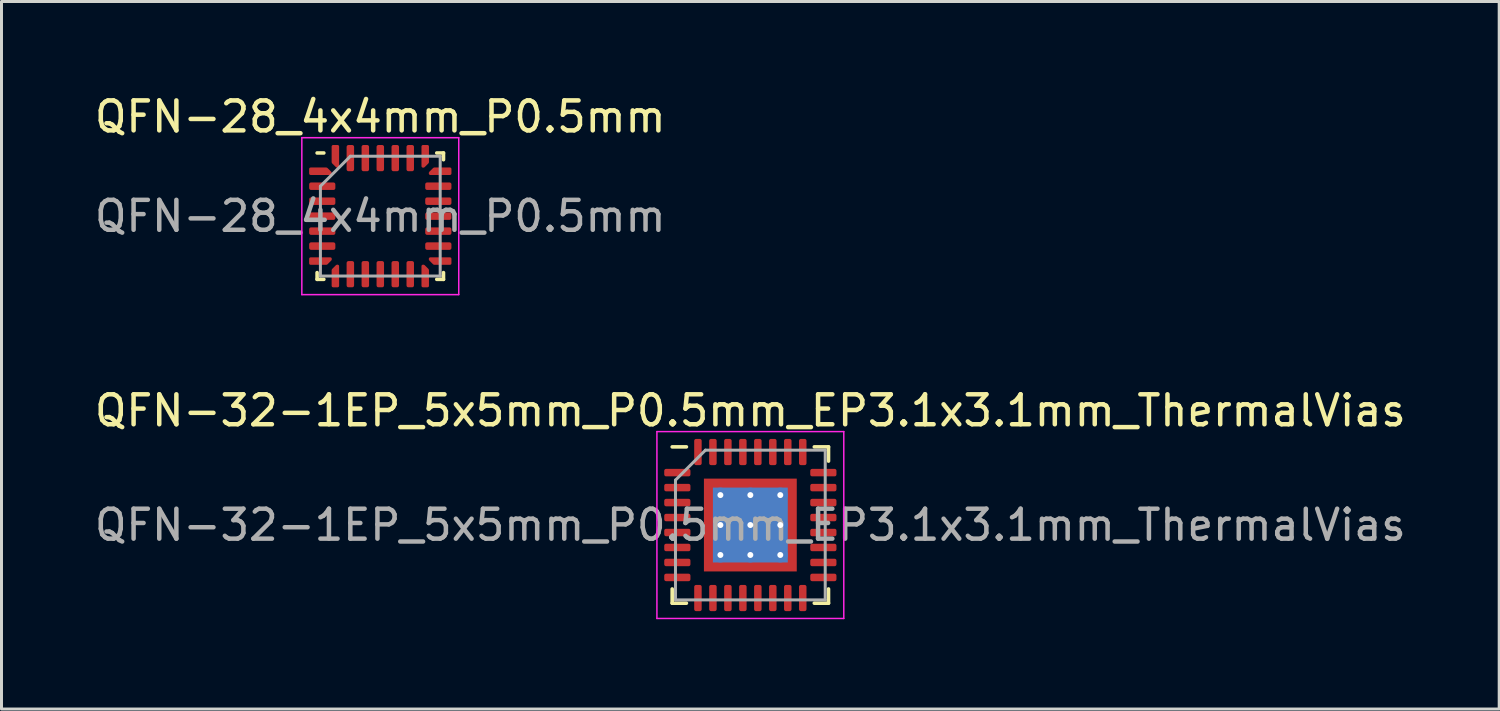
<source format=kicad_pcb>
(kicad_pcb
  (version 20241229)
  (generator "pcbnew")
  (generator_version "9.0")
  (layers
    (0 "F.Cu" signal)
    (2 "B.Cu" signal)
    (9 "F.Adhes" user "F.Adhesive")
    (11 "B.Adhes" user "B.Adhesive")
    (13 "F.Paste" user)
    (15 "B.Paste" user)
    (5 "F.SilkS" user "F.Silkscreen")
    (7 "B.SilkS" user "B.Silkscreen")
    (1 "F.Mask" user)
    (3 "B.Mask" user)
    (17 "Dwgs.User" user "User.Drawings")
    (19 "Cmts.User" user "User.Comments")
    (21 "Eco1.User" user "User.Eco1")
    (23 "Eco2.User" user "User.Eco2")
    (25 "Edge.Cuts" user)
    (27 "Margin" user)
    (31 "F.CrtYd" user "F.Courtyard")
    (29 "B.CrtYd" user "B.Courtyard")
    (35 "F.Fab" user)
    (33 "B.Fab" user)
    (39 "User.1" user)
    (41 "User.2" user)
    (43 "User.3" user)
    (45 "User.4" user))
  (footprint "QFN-32-1EP_5x5mm_P0.5mm_EP3.1x3.1mm_ThermalVias"
    (layer "F.Cu")
    (at 22.006 14.482)
    (property "Reference" "QFN-32-1EP_5x5mm_P0.5mm_EP3.1x3.1mm_ThermalVias" (at 0 -3.82 0) (layer "F.SilkS") (effects (font (size 1 1) (thickness 0.15))))
    (attr smd)
    (fp_line (start -2.61 2.61) (end -2.61 2.135) (stroke (width 0.12) (type solid)) (layer "F.SilkS"))
    (fp_line (start -2.135 -2.61) (end -2.61 -2.61) (stroke (width 0.12) (type solid)) (layer "F.SilkS"))
    (fp_line (start -2.135 2.61) (end -2.61 2.61) (stroke (width 0.12) (type solid)) (layer "F.SilkS"))
    (fp_line (start 2.135 -2.61) (end 2.61 -2.61) (stroke (width 0.12) (type solid)) (layer "F.SilkS"))
    (fp_line (start 2.135 2.61) (end 2.61 2.61) (stroke (width 0.12) (type solid)) (layer "F.SilkS"))
    (fp_line (start 2.61 -2.61) (end 2.61 -2.135) (stroke (width 0.12) (type solid)) (layer "F.SilkS"))
    (fp_line (start 2.61 2.61) (end 2.61 2.135) (stroke (width 0.12) (type solid)) (layer "F.SilkS"))
    (fp_line (start -3.12 -3.12) (end -3.12 3.12) (stroke (width 0.05) (type solid)) (layer "F.CrtYd"))
    (fp_line (start -3.12 3.12) (end 3.12 3.12) (stroke (width 0.05) (type solid)) (layer "F.CrtYd"))
    (fp_line (start 3.12 -3.12) (end -3.12 -3.12) (stroke (width 0.05) (type solid)) (layer "F.CrtYd"))
    (fp_line (start 3.12 3.12) (end 3.12 -3.12) (stroke (width 0.05) (type solid)) (layer "F.CrtYd"))
    (fp_line (start -2.5 -1.5) (end -1.5 -2.5) (stroke (width 0.1) (type solid)) (layer "F.Fab"))
    (fp_line (start -2.5 2.5) (end -2.5 -1.5) (stroke (width 0.1) (type solid)) (layer "F.Fab"))
    (fp_line (start -1.5 -2.5) (end 2.5 -2.5) (stroke (width 0.1) (type solid)) (layer "F.Fab"))
    (fp_line (start 2.5 -2.5) (end 2.5 2.5) (stroke (width 0.1) (type solid)) (layer "F.Fab"))
    (fp_line (start 2.5 2.5) (end -2.5 2.5) (stroke (width 0.1) (type solid)) (layer "F.Fab"))
    (fp_text user "${REFERENCE}" (at 0 0 0) (layer "F.Fab") (effects (font (size 1 1) (thickness 0.15))))
    (pad "" smd custom (at -1.275 -1.275) (size 0.319 0.319) (layers "F.Paste") (options (anchor circle)) (primitives (gr_poly (pts (xy -0.111 -0.111) (xy 0.111 -0.111) (xy 0.111 -0.000473) (xy -0.000473 0.111) (xy -0.111 0.111)) (width 0.222) (fill yes))))
    (pad "" smd custom (at -1.275 -0.5) (size 0.35 0.35) (layers "F.Paste") (options (anchor circle)) (primitives (gr_poly (pts (xy -0.128 -0.309) (xy 0.05 -0.309) (xy 0.128 -0.232) (xy 0.128 0.232) (xy 0.05 0.309) (xy -0.128 0.309)) (width 0.188) (fill yes))))
    (pad "" smd custom (at -1.275 0.5) (size 0.35 0.35) (layers "F.Paste") (options (anchor circle)) (primitives (gr_poly (pts (xy -0.128 -0.309) (xy 0.05 -0.309) (xy 0.128 -0.232) (xy 0.128 0.232) (xy 0.05 0.309) (xy -0.128 0.309)) (width 0.188) (fill yes))))
    (pad "" smd custom (at -1.275 1.275) (size 0.319 0.319) (layers "F.Paste") (options (anchor circle)) (primitives (gr_poly (pts (xy -0.111 -0.111) (xy -0.000473 -0.111) (xy 0.111 0.000473) (xy 0.111 0.111) (xy -0.111 0.111)) (width 0.222) (fill yes))))
    (pad "" smd custom (at -0.5 -1.275) (size 0.35 0.35) (layers "F.Paste") (options (anchor circle)) (primitives (gr_poly (pts (xy -0.309 -0.128) (xy 0.309 -0.128) (xy 0.309 0.05) (xy 0.232 0.128) (xy -0.232 0.128) (xy -0.309 0.05)) (width 0.188) (fill yes))))
    (pad "" smd roundrect (at -0.5 -0.5) (size 0.806 0.806) (layers "F.Paste") (roundrect_rratio 0.25))
    (pad "" smd roundrect (at -0.5 0.5) (size 0.806 0.806) (layers "F.Paste") (roundrect_rratio 0.25))
    (pad "" smd custom (at -0.5 1.275) (size 0.35 0.35) (layers "F.Paste") (options (anchor circle)) (primitives (gr_poly (pts (xy -0.309 -0.05) (xy -0.232 -0.128) (xy 0.232 -0.128) (xy 0.309 -0.05) (xy 0.309 0.128) (xy -0.309 0.128)) (width 0.188) (fill yes))))
    (pad "" smd custom (at 0.5 -1.275) (size 0.35 0.35) (layers "F.Paste") (options (anchor circle)) (primitives (gr_poly (pts (xy -0.309 -0.128) (xy 0.309 -0.128) (xy 0.309 0.05) (xy 0.232 0.128) (xy -0.232 0.128) (xy -0.309 0.05)) (width 0.188) (fill yes))))
    (pad "" smd roundrect (at 0.5 -0.5) (size 0.806 0.806) (layers "F.Paste") (roundrect_rratio 0.25))
    (pad "" smd roundrect (at 0.5 0.5) (size 0.806 0.806) (layers "F.Paste") (roundrect_rratio 0.25))
    (pad "" smd custom (at 0.5 1.275) (size 0.35 0.35) (layers "F.Paste") (options (anchor circle)) (primitives (gr_poly (pts (xy -0.309 -0.05) (xy -0.232 -0.128) (xy 0.232 -0.128) (xy 0.309 -0.05) (xy 0.309 0.128) (xy -0.309 0.128)) (width 0.188) (fill yes))))
    (pad "" smd custom (at 1.275 -1.275) (size 0.319 0.319) (layers "F.Paste") (options (anchor circle)) (primitives (gr_poly (pts (xy -0.111 -0.111) (xy 0.111 -0.111) (xy 0.111 0.111) (xy 0.000473 0.111) (xy -0.111 -0.000473)) (width 0.222) (fill yes))))
    (pad "" smd custom (at 1.275 -0.5) (size 0.35 0.35) (layers "F.Paste") (options (anchor circle)) (primitives (gr_poly (pts (xy -0.128 -0.232) (xy -0.05 -0.309) (xy 0.128 -0.309) (xy 0.128 0.309) (xy -0.05 0.309) (xy -0.128 0.232)) (width 0.188) (fill yes))))
    (pad "" smd custom (at 1.275 0.5) (size 0.35 0.35) (layers "F.Paste") (options (anchor circle)) (primitives (gr_poly (pts (xy -0.128 -0.232) (xy -0.05 -0.309) (xy 0.128 -0.309) (xy 0.128 0.309) (xy -0.05 0.309) (xy -0.128 0.232)) (width 0.188) (fill yes))))
    (pad "" smd custom (at 1.275 1.275) (size 0.319 0.319) (layers "F.Paste") (options (anchor circle)) (primitives (gr_poly (pts (xy -0.111 0.000473) (xy 0.000473 -0.111) (xy 0.111 -0.111) (xy 0.111 0.111) (xy -0.111 0.111)) (width 0.222) (fill yes))))
    (pad "1" smd roundrect (at -2.438 -1.75) (size 0.875 0.25) (layers "F.Cu" "F.Mask" "F.Paste") (roundrect_rratio 0.25))
    (pad "2" smd roundrect (at -2.438 -1.25) (size 0.875 0.25) (layers "F.Cu" "F.Mask" "F.Paste") (roundrect_rratio 0.25))
    (pad "3" smd roundrect (at -2.438 -0.75) (size 0.875 0.25) (layers "F.Cu" "F.Mask" "F.Paste") (roundrect_rratio 0.25))
    (pad "4" smd roundrect (at -2.438 -0.25) (size 0.875 0.25) (layers "F.Cu" "F.Mask" "F.Paste") (roundrect_rratio 0.25))
    (pad "5" smd roundrect (at -2.438 0.25) (size 0.875 0.25) (layers "F.Cu" "F.Mask" "F.Paste") (roundrect_rratio 0.25))
    (pad "6" smd roundrect (at -2.438 0.75) (size 0.875 0.25) (layers "F.Cu" "F.Mask" "F.Paste") (roundrect_rratio 0.25))
    (pad "7" smd roundrect (at -2.438 1.25) (size 0.875 0.25) (layers "F.Cu" "F.Mask" "F.Paste") (roundrect_rratio 0.25))
    (pad "8" smd roundrect (at -2.438 1.75) (size 0.875 0.25) (layers "F.Cu" "F.Mask" "F.Paste") (roundrect_rratio 0.25))
    (pad "9" smd roundrect (at -1.75 2.438) (size 0.25 0.875) (layers "F.Cu" "F.Mask" "F.Paste") (roundrect_rratio 0.25))
    (pad "10" smd roundrect (at -1.25 2.438) (size 0.25 0.875) (layers "F.Cu" "F.Mask" "F.Paste") (roundrect_rratio 0.25))
    (pad "11" smd roundrect (at -0.75 2.438) (size 0.25 0.875) (layers "F.Cu" "F.Mask" "F.Paste") (roundrect_rratio 0.25))
    (pad "12" smd roundrect (at -0.25 2.438) (size 0.25 0.875) (layers "F.Cu" "F.Mask" "F.Paste") (roundrect_rratio 0.25))
    (pad "13" smd roundrect (at 0.25 2.438) (size 0.25 0.875) (layers "F.Cu" "F.Mask" "F.Paste") (roundrect_rratio 0.25))
    (pad "14" smd roundrect (at 0.75 2.438) (size 0.25 0.875) (layers "F.Cu" "F.Mask" "F.Paste") (roundrect_rratio 0.25))
    (pad "15" smd roundrect (at 1.25 2.438) (size 0.25 0.875) (layers "F.Cu" "F.Mask" "F.Paste") (roundrect_rratio 0.25))
    (pad "16" smd roundrect (at 1.75 2.438) (size 0.25 0.875) (layers "F.Cu" "F.Mask" "F.Paste") (roundrect_rratio 0.25))
    (pad "17" smd roundrect (at 2.438 1.75) (size 0.875 0.25) (layers "F.Cu" "F.Mask" "F.Paste") (roundrect_rratio 0.25))
    (pad "18" smd roundrect (at 2.438 1.25) (size 0.875 0.25) (layers "F.Cu" "F.Mask" "F.Paste") (roundrect_rratio 0.25))
    (pad "19" smd roundrect (at 2.438 0.75) (size 0.875 0.25) (layers "F.Cu" "F.Mask" "F.Paste") (roundrect_rratio 0.25))
    (pad "20" smd roundrect (at 2.438 0.25) (size 0.875 0.25) (layers "F.Cu" "F.Mask" "F.Paste") (roundrect_rratio 0.25))
    (pad "21" smd roundrect (at 2.438 -0.25) (size 0.875 0.25) (layers "F.Cu" "F.Mask" "F.Paste") (roundrect_rratio 0.25))
    (pad "22" smd roundrect (at 2.438 -0.75) (size 0.875 0.25) (layers "F.Cu" "F.Mask" "F.Paste") (roundrect_rratio 0.25))
    (pad "23" smd roundrect (at 2.438 -1.25) (size 0.875 0.25) (layers "F.Cu" "F.Mask" "F.Paste") (roundrect_rratio 0.25))
    (pad "24" smd roundrect (at 2.438 -1.75) (size 0.875 0.25) (layers "F.Cu" "F.Mask" "F.Paste") (roundrect_rratio 0.25))
    (pad "25" smd roundrect (at 1.75 -2.438) (size 0.25 0.875) (layers "F.Cu" "F.Mask" "F.Paste") (roundrect_rratio 0.25))
    (pad "26" smd roundrect (at 1.25 -2.438) (size 0.25 0.875) (layers "F.Cu" "F.Mask" "F.Paste") (roundrect_rratio 0.25))
    (pad "27" smd roundrect (at 0.75 -2.438) (size 0.25 0.875) (layers "F.Cu" "F.Mask" "F.Paste") (roundrect_rratio 0.25))
    (pad "28" smd roundrect (at 0.25 -2.438) (size 0.25 0.875) (layers "F.Cu" "F.Mask" "F.Paste") (roundrect_rratio 0.25))
    (pad "29" smd roundrect (at -0.25 -2.438) (size 0.25 0.875) (layers "F.Cu" "F.Mask" "F.Paste") (roundrect_rratio 0.25))
    (pad "30" smd roundrect (at -0.75 -2.438) (size 0.25 0.875) (layers "F.Cu" "F.Mask" "F.Paste") (roundrect_rratio 0.25))
    (pad "31" smd roundrect (at -1.25 -2.438) (size 0.25 0.875) (layers "F.Cu" "F.Mask" "F.Paste") (roundrect_rratio 0.25))
    (pad "32" smd roundrect (at -1.75 -2.438) (size 0.25 0.875) (layers "F.Cu" "F.Mask" "F.Paste") (roundrect_rratio 0.25))
    (pad "33" thru_hole circle (at -1 -1) (size 0.5 0.5) (drill 0.2) (layers "*.Cu"))
    (pad "33" thru_hole circle (at -1 0) (size 0.5 0.5) (drill 0.2) (layers "*.Cu"))
    (pad "33" thru_hole circle (at -1 1) (size 0.5 0.5) (drill 0.2) (layers "*.Cu"))
    (pad "33" thru_hole circle (at 0 -1) (size 0.5 0.5) (drill 0.2) (layers "*.Cu"))
    (pad "33" thru_hole circle (at 0 0) (size 0.5 0.5) (drill 0.2) (layers "*.Cu"))
    (pad "33" smd rect (at 0 0) (size 2.5 2.5) (layers "B.Cu"))
    (pad "33" smd rect (at 0 0) (size 3.1 3.1) (layers "F.Cu" "F.Mask"))
    (pad "33" thru_hole circle (at 0 1) (size 0.5 0.5) (drill 0.2) (layers "*.Cu"))
    (pad "33" thru_hole circle (at 1 -1) (size 0.5 0.5) (drill 0.2) (layers "*.Cu"))
    (pad "33" thru_hole circle (at 1 0) (size 0.5 0.5) (drill 0.2) (layers "*.Cu"))
    (pad "33" thru_hole circle (at 1 1) (size 0.5 0.5) (drill 0.2) (layers "*.Cu")))
  (footprint "QFN-28_4x4mm_P0.5mm"
    (layer "F.Cu")
    (at 9.649 4.168)
    (property "Reference" "QFN-28_4x4mm_P0.5mm" (at 0 -3.32 0) (layer "F.SilkS") (effects (font (size 1 1) (thickness 0.15))))
    (attr smd)
    (fp_line (start -2.11 2.11) (end -2.11 1.885) (stroke (width 0.12) (type solid)) (layer "F.SilkS"))
    (fp_line (start -1.885 -2.11) (end -2.11 -2.11) (stroke (width 0.12) (type solid)) (layer "F.SilkS"))
    (fp_line (start -1.885 2.11) (end -2.11 2.11) (stroke (width 0.12) (type solid)) (layer "F.SilkS"))
    (fp_line (start 1.885 -2.11) (end 2.11 -2.11) (stroke (width 0.12) (type solid)) (layer "F.SilkS"))
    (fp_line (start 1.885 2.11) (end 2.11 2.11) (stroke (width 0.12) (type solid)) (layer "F.SilkS"))
    (fp_line (start 2.11 -2.11) (end 2.11 -1.885) (stroke (width 0.12) (type solid)) (layer "F.SilkS"))
    (fp_line (start 2.11 2.11) (end 2.11 1.885) (stroke (width 0.12) (type solid)) (layer "F.SilkS"))
    (fp_line (start -2.62 -2.62) (end -2.62 2.62) (stroke (width 0.05) (type solid)) (layer "F.CrtYd"))
    (fp_line (start -2.62 2.62) (end 2.62 2.62) (stroke (width 0.05) (type solid)) (layer "F.CrtYd"))
    (fp_line (start 2.62 -2.62) (end -2.62 -2.62) (stroke (width 0.05) (type solid)) (layer "F.CrtYd"))
    (fp_line (start 2.62 2.62) (end 2.62 -2.62) (stroke (width 0.05) (type solid)) (layer "F.CrtYd"))
    (fp_line (start -2 -1) (end -1 -2) (stroke (width 0.1) (type solid)) (layer "F.Fab"))
    (fp_line (start -2 2) (end -2 -1) (stroke (width 0.1) (type solid)) (layer "F.Fab"))
    (fp_line (start -1 -2) (end 2 -2) (stroke (width 0.1) (type solid)) (layer "F.Fab"))
    (fp_line (start 2 -2) (end 2 2) (stroke (width 0.1) (type solid)) (layer "F.Fab"))
    (fp_line (start 2 2) (end -2 2) (stroke (width 0.1) (type solid)) (layer "F.Fab"))
    (fp_text user "${REFERENCE}" (at 0 0 0) (layer "F.Fab") (effects (font (size 1 1) (thickness 0.15))))
    (pad "1" smd custom (at -1.998 -1.5) (size 0.137 0.137) (layers "F.Cu" "F.Mask" "F.Paste") (options (anchor circle)) (primitives (gr_poly (pts (xy -0.333 -0.08) (xy 0.199 -0.08) (xy 0.333 0.054) (xy 0.333 0.08) (xy -0.333 0.08)) (width 0.09) (fill yes))))
    (pad "2" smd roundrect (at -1.938 -1) (size 0.875 0.25) (layers "F.Cu" "F.Mask" "F.Paste") (roundrect_rratio 0.25))
    (pad "3" smd roundrect (at -1.938 -0.5) (size 0.875 0.25) (layers "F.Cu" "F.Mask" "F.Paste") (roundrect_rratio 0.25))
    (pad "4" smd roundrect (at -1.938 0) (size 0.875 0.25) (layers "F.Cu" "F.Mask" "F.Paste") (roundrect_rratio 0.25))
    (pad "5" smd roundrect (at -1.938 0.5) (size 0.875 0.25) (layers "F.Cu" "F.Mask" "F.Paste") (roundrect_rratio 0.25))
    (pad "6" smd roundrect (at -1.938 1) (size 0.875 0.25) (layers "F.Cu" "F.Mask" "F.Paste") (roundrect_rratio 0.25))
    (pad "7" smd custom (at -1.998 1.5) (size 0.137 0.137) (layers "F.Cu" "F.Mask" "F.Paste") (options (anchor circle)) (primitives (gr_poly (pts (xy -0.333 -0.08) (xy 0.333 -0.08) (xy 0.333 -0.054) (xy 0.199 0.08) (xy -0.333 0.08)) (width 0.09) (fill yes))))
    (pad "8" smd custom (at -1.5 1.998) (size 0.137 0.137) (layers "F.Cu" "F.Mask" "F.Paste") (options (anchor circle)) (primitives (gr_poly (pts (xy -0.08 -0.199) (xy 0.054 -0.333) (xy 0.08 -0.333) (xy 0.08 0.333) (xy -0.08 0.333)) (width 0.09) (fill yes))))
    (pad "9" smd roundrect (at -1 1.938) (size 0.25 0.875) (layers "F.Cu" "F.Mask" "F.Paste") (roundrect_rratio 0.25))
    (pad "10" smd roundrect (at -0.5 1.938) (size 0.25 0.875) (layers "F.Cu" "F.Mask" "F.Paste") (roundrect_rratio 0.25))
    (pad "11" smd roundrect (at 0 1.938) (size 0.25 0.875) (layers "F.Cu" "F.Mask" "F.Paste") (roundrect_rratio 0.25))
    (pad "12" smd roundrect (at 0.5 1.938) (size 0.25 0.875) (layers "F.Cu" "F.Mask" "F.Paste") (roundrect_rratio 0.25))
    (pad "13" smd roundrect (at 1 1.938) (size 0.25 0.875) (layers "F.Cu" "F.Mask" "F.Paste") (roundrect_rratio 0.25))
    (pad "14" smd custom (at 1.5 1.998) (size 0.137 0.137) (layers "F.Cu" "F.Mask" "F.Paste") (options (anchor circle)) (primitives (gr_poly (pts (xy -0.08 -0.333) (xy -0.054 -0.333) (xy 0.08 -0.199) (xy 0.08 0.333) (xy -0.08 0.333)) (width 0.09) (fill yes))))
    (pad "15" smd custom (at 1.998 1.5) (size 0.137 0.137) (layers "F.Cu" "F.Mask" "F.Paste") (options (anchor circle)) (primitives (gr_poly (pts (xy -0.333 -0.08) (xy 0.333 -0.08) (xy 0.333 0.08) (xy -0.199 0.08) (xy -0.333 -0.054)) (width 0.09) (fill yes))))
    (pad "16" smd roundrect (at 1.938 1) (size 0.875 0.25) (layers "F.Cu" "F.Mask" "F.Paste") (roundrect_rratio 0.25))
    (pad "17" smd roundrect (at 1.938 0.5) (size 0.875 0.25) (layers "F.Cu" "F.Mask" "F.Paste") (roundrect_rratio 0.25))
    (pad "18" smd roundrect (at 1.938 0) (size 0.875 0.25) (layers "F.Cu" "F.Mask" "F.Paste") (roundrect_rratio 0.25))
    (pad "19" smd roundrect (at 1.938 -0.5) (size 0.875 0.25) (layers "F.Cu" "F.Mask" "F.Paste") (roundrect_rratio 0.25))
    (pad "20" smd roundrect (at 1.938 -1) (size 0.875 0.25) (layers "F.Cu" "F.Mask" "F.Paste") (roundrect_rratio 0.25))
    (pad "21" smd custom (at 1.998 -1.5) (size 0.137 0.137) (layers "F.Cu" "F.Mask" "F.Paste") (options (anchor circle)) (primitives (gr_poly (pts (xy -0.333 0.054) (xy -0.199 -0.08) (xy 0.333 -0.08) (xy 0.333 0.08) (xy -0.333 0.08)) (width 0.09) (fill yes))))
    (pad "22" smd custom (at 1.5 -1.998) (size 0.137 0.137) (layers "F.Cu" "F.Mask" "F.Paste") (options (anchor circle)) (primitives (gr_poly (pts (xy -0.08 -0.333) (xy 0.08 -0.333) (xy 0.08 0.199) (xy -0.054 0.333) (xy -0.08 0.333)) (width 0.09) (fill yes))))
    (pad "23" smd roundrect (at 1 -1.938) (size 0.25 0.875) (layers "F.Cu" "F.Mask" "F.Paste") (roundrect_rratio 0.25))
    (pad "24" smd roundrect (at 0.5 -1.938) (size 0.25 0.875) (layers "F.Cu" "F.Mask" "F.Paste") (roundrect_rratio 0.25))
    (pad "25" smd roundrect (at 0 -1.938) (size 0.25 0.875) (layers "F.Cu" "F.Mask" "F.Paste") (roundrect_rratio 0.25))
    (pad "26" smd roundrect (at -0.5 -1.938) (size 0.25 0.875) (layers "F.Cu" "F.Mask" "F.Paste") (roundrect_rratio 0.25))
    (pad "27" smd roundrect (at -1 -1.938) (size 0.25 0.875) (layers "F.Cu" "F.Mask" "F.Paste") (roundrect_rratio 0.25))
    (pad "28" smd custom (at -1.5 -1.998) (size 0.137 0.137) (layers "F.Cu" "F.Mask" "F.Paste") (options (anchor circle)) (primitives (gr_poly (pts (xy -0.08 -0.333) (xy 0.08 -0.333) (xy 0.08 0.333) (xy 0.054 0.333) (xy -0.08 0.199)) (width 0.09) (fill yes)))))
  (gr_rect
    (start -3 -3)
    (end 47.012 20.627)
    (stroke (width 0.1) (type default))
    (fill no)
    (layer "Edge.Cuts")))
</source>
